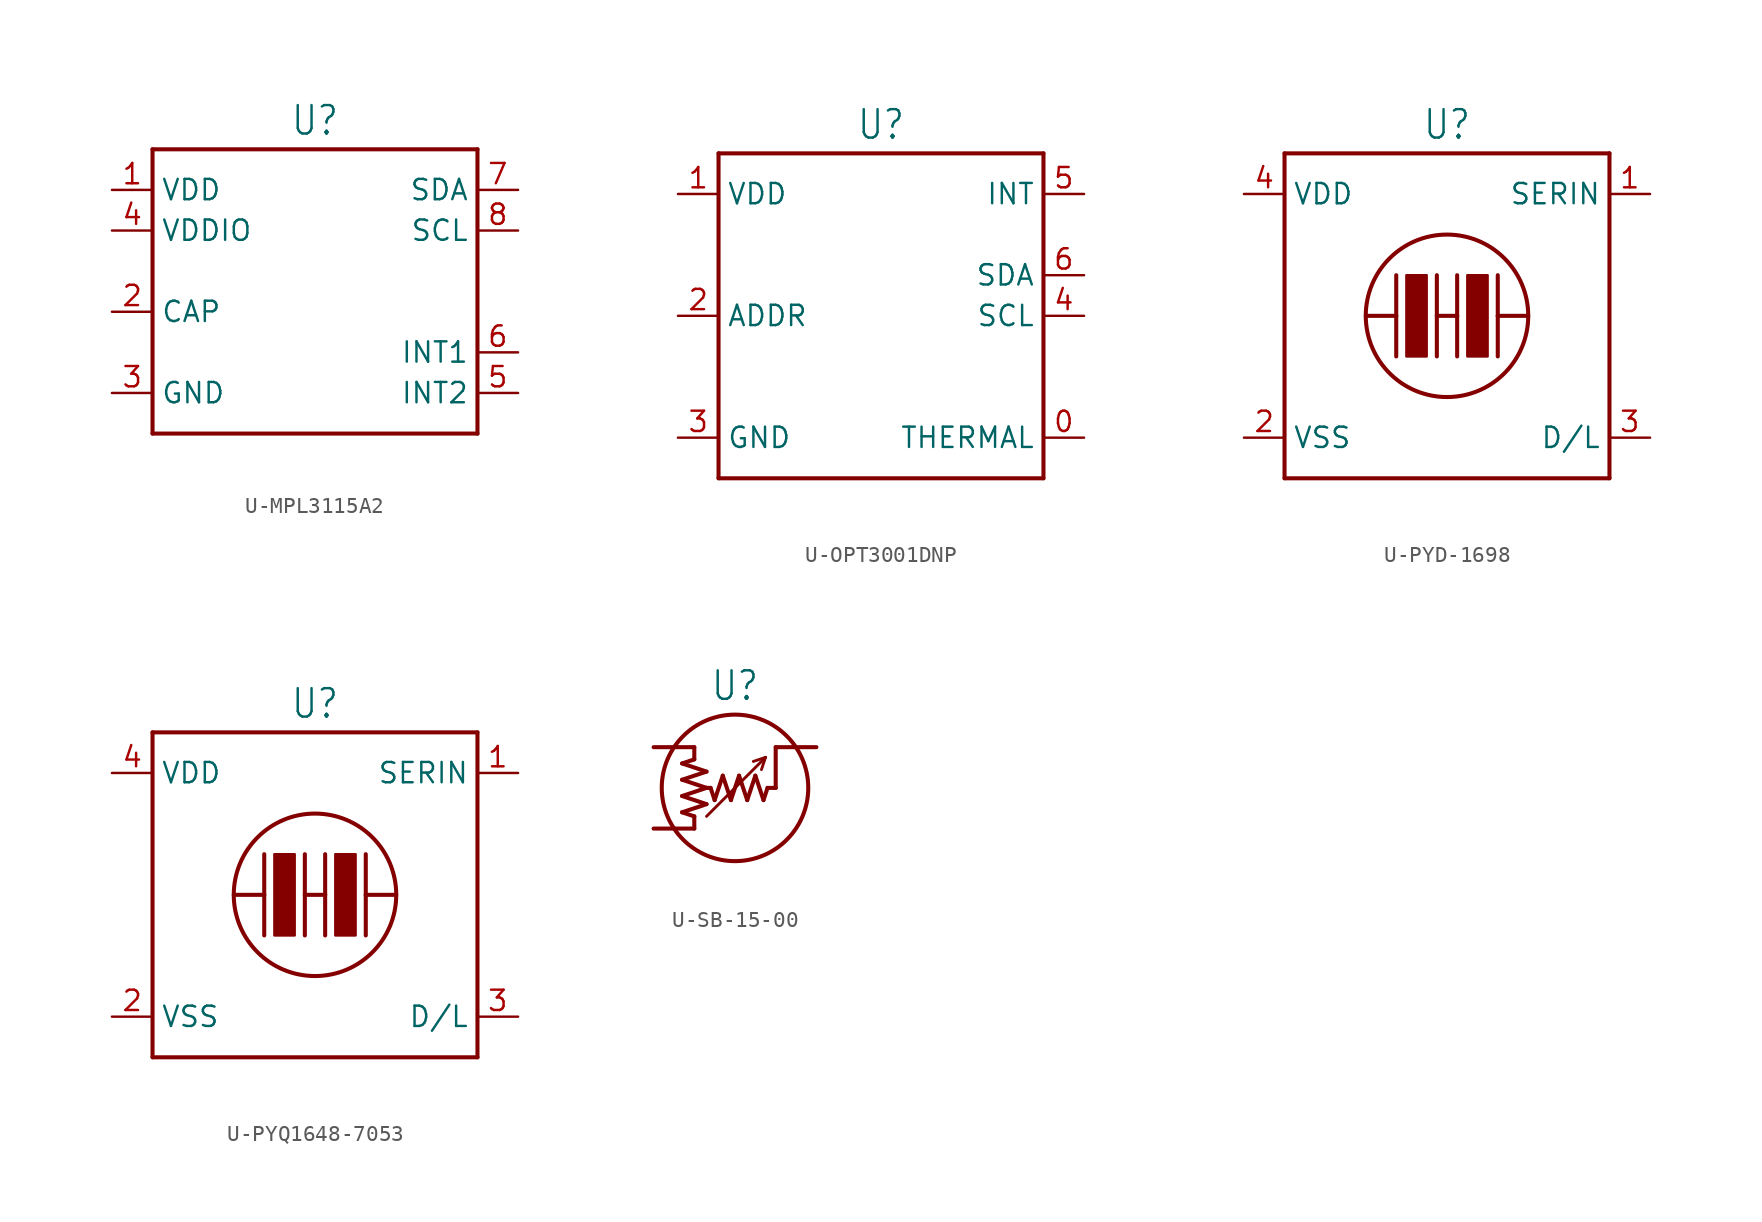
<source format=kicad_sym>
(kicad_symbol_lib
  (version 20231120)
  (generator "kicad_symbol_editor")
  (generator_version "8.0")
  (symbol "U-MPL3115A2"
    (property "Reference" "U"
      (at 0 8.382 0)
      (effects (font (size 1.778 1.511)) (justify bottom)))
    (property "Value" ""
      (at 0 -10.922 0)
      (effects (font (size 1.778 1.511)) (justify top)))
    (property "ki_locked" ""
      (at 0 0 0)
      (effects (font (size 1.27 1.27))))
    (symbol "U-MPL3115A2_1_0"
      (polyline (pts (xy -10.16 -10.16) (xy -10.16 7.62)) (stroke (width 0.254) (type solid)) (fill (type none)))
      (polyline (pts (xy -10.16 7.62) (xy 10.16 7.62)) (stroke (width 0.254) (type solid)) (fill (type none)))
      (polyline (pts (xy 10.16 -10.16) (xy -10.16 -10.16)) (stroke (width 0.254) (type solid)) (fill (type none)))
      (polyline (pts (xy 10.16 7.62) (xy 10.16 -10.16)) (stroke (width 0.254) (type solid)) (fill (type none)))
      (pin passive line (at -12.7 5.08 0) (length 2.54) (name "VDD" (effects (font (size 1.27 1.27)))) (number "1" (effects (font (size 1.27 1.27)))))
      (pin passive line (at -12.7 -2.54 0) (length 2.54) (name "CAP" (effects (font (size 1.27 1.27)))) (number "2" (effects (font (size 1.27 1.27)))))
      (pin passive line (at -12.7 -7.62 0) (length 2.54) (name "GND" (effects (font (size 1.27 1.27)))) (number "3" (effects (font (size 1.27 1.27)))))
      (pin passive line (at -12.7 2.54 0) (length 2.54) (name "VDDIO" (effects (font (size 1.27 1.27)))) (number "4" (effects (font (size 1.27 1.27)))))
      (pin passive line (at 12.7 -7.62 180) (length 2.54) (name "INT2" (effects (font (size 1.27 1.27)))) (number "5" (effects (font (size 1.27 1.27)))))
      (pin passive line (at 12.7 -5.08 180) (length 2.54) (name "INT1" (effects (font (size 1.27 1.27)))) (number "6" (effects (font (size 1.27 1.27)))))
      (pin passive line (at 12.7 5.08 180) (length 2.54) (name "SDA" (effects (font (size 1.27 1.27)))) (number "7" (effects (font (size 1.27 1.27)))))
      (pin passive line (at 12.7 2.54 180) (length 2.54) (name "SCL" (effects (font (size 1.27 1.27)))) (number "8" (effects (font (size 1.27 1.27)))))))
  (symbol "U-OPT3001DNP"
    (property "Reference" "U"
      (at 0 10.922 0)
      (effects (font (size 1.778 1.511)) (justify bottom)))
    (property "Value" ""
      (at 0 -10.922 0)
      (effects (font (size 1.778 1.511)) (justify top)))
    (property "ki_locked" ""
      (at 0 0 0)
      (effects (font (size 1.27 1.27))))
    (symbol "U-OPT3001DNP_1_0"
      (polyline (pts (xy -10.16 -10.16) (xy -10.16 10.16)) (stroke (width 0.254) (type solid)) (fill (type none)))
      (polyline (pts (xy -10.16 10.16) (xy 10.16 10.16)) (stroke (width 0.254) (type solid)) (fill (type none)))
      (polyline (pts (xy 10.16 -10.16) (xy -10.16 -10.16)) (stroke (width 0.254) (type solid)) (fill (type none)))
      (polyline (pts (xy 10.16 10.16) (xy 10.16 -10.16)) (stroke (width 0.254) (type solid)) (fill (type none)))
      (pin passive line (at 12.7 -7.62 180) (length 2.54) (name "THERMAL" (effects (font (size 1.27 1.27)))) (number "0" (effects (font (size 1.27 1.27)))))
      (pin passive line (at -12.7 7.62 0) (length 2.54) (name "VDD" (effects (font (size 1.27 1.27)))) (number "1" (effects (font (size 1.27 1.27)))))
      (pin passive line (at -12.7 0 0) (length 2.54) (name "ADDR" (effects (font (size 1.27 1.27)))) (number "2" (effects (font (size 1.27 1.27)))))
      (pin passive line (at -12.7 -7.62 0) (length 2.54) (name "GND" (effects (font (size 1.27 1.27)))) (number "3" (effects (font (size 1.27 1.27)))))
      (pin passive line (at 12.7 0 180) (length 2.54) (name "SCL" (effects (font (size 1.27 1.27)))) (number "4" (effects (font (size 1.27 1.27)))))
      (pin passive line (at 12.7 7.62 180) (length 2.54) (name "INT" (effects (font (size 1.27 1.27)))) (number "5" (effects (font (size 1.27 1.27)))))
      (pin passive line (at 12.7 2.54 180) (length 2.54) (name "SDA" (effects (font (size 1.27 1.27)))) (number "6" (effects (font (size 1.27 1.27)))))))
  (symbol "U-PYD-1698"
    (property "Reference" "U"
      (at 0 10.922 0)
      (effects (font (size 1.778 1.511)) (justify bottom)))
    (property "Value" ""
      (at 0 -10.922 0)
      (effects (font (size 1.778 1.511)) (justify top)))
    (property "ki_locked" ""
      (at 0 0 0)
      (effects (font (size 1.27 1.27))))
    (symbol "U-PYD-1698_1_0"
      (rectangle (start -2.54 -2.54) (end -1.27 2.54) (stroke (width 0) (type default)) (fill (type outline)))
      (polyline (pts (xy -10.16 -10.16) (xy 10.16 -10.16)) (stroke (width 0.254) (type solid)) (fill (type none)))
      (polyline (pts (xy -10.16 10.16) (xy -10.16 -10.16)) (stroke (width 0.254) (type solid)) (fill (type none)))
      (polyline (pts (xy -3.175 0) (xy -5.08 0)) (stroke (width 0.254) (type solid)) (fill (type none)))
      (polyline (pts (xy -3.175 0) (xy -3.175 -2.54)) (stroke (width 0.254) (type solid)) (fill (type none)))
      (polyline (pts (xy -3.175 2.54) (xy -3.175 0)) (stroke (width 0.254) (type solid)) (fill (type none)))
      (polyline (pts (xy -0.635 0) (xy -0.635 -2.54)) (stroke (width 0.254) (type solid)) (fill (type none)))
      (polyline (pts (xy -0.635 0) (xy 0.635 0)) (stroke (width 0.254) (type solid)) (fill (type none)))
      (polyline (pts (xy -0.635 2.54) (xy -0.635 0)) (stroke (width 0.254) (type solid)) (fill (type none)))
      (polyline (pts (xy 0.635 0) (xy 0.635 -2.54)) (stroke (width 0.254) (type solid)) (fill (type none)))
      (polyline (pts (xy 0.635 2.54) (xy 0.635 0)) (stroke (width 0.254) (type solid)) (fill (type none)))
      (polyline (pts (xy 3.175 0) (xy 3.175 -2.54)) (stroke (width 0.254) (type solid)) (fill (type none)))
      (polyline (pts (xy 3.175 0) (xy 5.08 0)) (stroke (width 0.254) (type solid)) (fill (type none)))
      (polyline (pts (xy 3.175 2.54) (xy 3.175 0)) (stroke (width 0.254) (type solid)) (fill (type none)))
      (polyline (pts (xy 10.16 -10.16) (xy 10.16 10.16)) (stroke (width 0.254) (type solid)) (fill (type none)))
      (polyline (pts (xy 10.16 10.16) (xy -10.16 10.16)) (stroke (width 0.254) (type solid)) (fill (type none)))
      (circle (center 0 0) (radius 5.08) (stroke (width 0.254) (type solid)) (fill (type none)))
      (rectangle (start 1.27 -2.54) (end 2.54 2.54) (stroke (width 0) (type default)) (fill (type outline)))
      (pin passive line (at 12.7 7.62 180) (length 2.54) (name "SERIN" (effects (font (size 1.27 1.27)))) (number "1" (effects (font (size 1.27 1.27)))))
      (pin passive line (at -12.7 -7.62 0) (length 2.54) (name "VSS" (effects (font (size 1.27 1.27)))) (number "2" (effects (font (size 1.27 1.27)))))
      (pin passive line (at 12.7 -7.62 180) (length 2.54) (name "D/L" (effects (font (size 1.27 1.27)))) (number "3" (effects (font (size 1.27 1.27)))))
      (pin passive line (at -12.7 7.62 0) (length 2.54) (name "VDD" (effects (font (size 1.27 1.27)))) (number "4" (effects (font (size 1.27 1.27)))))))
  (symbol "U-PYQ1648-7053"
    (property "Reference" "U"
      (at 0 10.922 0)
      (effects (font (size 1.778 1.511)) (justify bottom)))
    (property "Value" ""
      (at 0 -10.922 0)
      (effects (font (size 1.778 1.511)) (justify top)))
    (property "ki_locked" ""
      (at 0 0 0)
      (effects (font (size 1.27 1.27))))
    (symbol "U-PYQ1648-7053_1_0"
      (rectangle (start -2.54 -2.54) (end -1.27 2.54) (stroke (width 0) (type default)) (fill (type outline)))
      (polyline (pts (xy -10.16 -10.16) (xy 10.16 -10.16)) (stroke (width 0.254) (type solid)) (fill (type none)))
      (polyline (pts (xy -10.16 10.16) (xy -10.16 -10.16)) (stroke (width 0.254) (type solid)) (fill (type none)))
      (polyline (pts (xy -3.175 0) (xy -5.08 0)) (stroke (width 0.254) (type solid)) (fill (type none)))
      (polyline (pts (xy -3.175 0) (xy -3.175 -2.54)) (stroke (width 0.254) (type solid)) (fill (type none)))
      (polyline (pts (xy -3.175 2.54) (xy -3.175 0)) (stroke (width 0.254) (type solid)) (fill (type none)))
      (polyline (pts (xy -0.635 0) (xy -0.635 -2.54)) (stroke (width 0.254) (type solid)) (fill (type none)))
      (polyline (pts (xy -0.635 0) (xy 0.635 0)) (stroke (width 0.254) (type solid)) (fill (type none)))
      (polyline (pts (xy -0.635 2.54) (xy -0.635 0)) (stroke (width 0.254) (type solid)) (fill (type none)))
      (polyline (pts (xy 0.635 0) (xy 0.635 -2.54)) (stroke (width 0.254) (type solid)) (fill (type none)))
      (polyline (pts (xy 0.635 2.54) (xy 0.635 0)) (stroke (width 0.254) (type solid)) (fill (type none)))
      (polyline (pts (xy 3.175 0) (xy 3.175 -2.54)) (stroke (width 0.254) (type solid)) (fill (type none)))
      (polyline (pts (xy 3.175 0) (xy 5.08 0)) (stroke (width 0.254) (type solid)) (fill (type none)))
      (polyline (pts (xy 3.175 2.54) (xy 3.175 0)) (stroke (width 0.254) (type solid)) (fill (type none)))
      (polyline (pts (xy 10.16 -10.16) (xy 10.16 10.16)) (stroke (width 0.254) (type solid)) (fill (type none)))
      (polyline (pts (xy 10.16 10.16) (xy -10.16 10.16)) (stroke (width 0.254) (type solid)) (fill (type none)))
      (circle (center 0 0) (radius 5.08) (stroke (width 0.254) (type solid)) (fill (type none)))
      (rectangle (start 1.27 -2.54) (end 2.54 2.54) (stroke (width 0) (type default)) (fill (type outline)))
      (pin passive line (at 12.7 7.62 180) (length 2.54) (name "SERIN" (effects (font (size 1.27 1.27)))) (number "1" (effects (font (size 1.27 1.27)))))
      (pin passive line (at -12.7 -7.62 0) (length 2.54) (name "VSS" (effects (font (size 1.27 1.27)))) (number "2" (effects (font (size 1.27 1.27)))))
      (pin passive line (at 12.7 -7.62 180) (length 2.54) (name "D/L" (effects (font (size 1.27 1.27)))) (number "3" (effects (font (size 1.27 1.27)))))
      (pin passive line (at -12.7 7.62 0) (length 2.54) (name "VDD" (effects (font (size 1.27 1.27)))) (number "4" (effects (font (size 1.27 1.27)))))))
  (symbol "U-SB-15-00"
    (property "Reference" "U"
      (at 0 5.334 0)
      (effects (font (size 1.778 1.511)) (justify bottom)))
    (property "Value" ""
      (at 0 -5.334 0)
      (effects (font (size 1.778 1.511)) (justify top)))
    (property "ki_locked" ""
      (at 0 0 0)
      (effects (font (size 1.27 1.27))))
    (symbol "U-SB-15-00_1_0"
      (polyline (pts (xy -3.302 -1.524) (xy -2.54 -1.778)) (stroke (width 0.254) (type solid)) (fill (type none)))
      (polyline (pts (xy -3.302 -1.524) (xy -1.778 -1.016)) (stroke (width 0.254) (type solid)) (fill (type none)))
      (polyline (pts (xy -3.302 -0.508) (xy -1.778 0)) (stroke (width 0.254) (type solid)) (fill (type none)))
      (polyline (pts (xy -3.302 0.508) (xy -1.778 1.016)) (stroke (width 0.254) (type solid)) (fill (type none)))
      (polyline (pts (xy -3.302 1.524) (xy -2.54 1.778)) (stroke (width 0.254) (type solid)) (fill (type none)))
      (polyline (pts (xy -2.54 -2.54) (xy -5.08 -2.54)) (stroke (width 0.254) (type solid)) (fill (type none)))
      (polyline (pts (xy -2.54 -2.54) (xy -2.54 -1.778)) (stroke (width 0.254) (type solid)) (fill (type none)))
      (polyline (pts (xy -2.54 1.778) (xy -2.54 2.54)) (stroke (width 0.254) (type solid)) (fill (type none)))
      (polyline (pts (xy -2.54 2.54) (xy -5.08 2.54)) (stroke (width 0.254) (type solid)) (fill (type none)))
      (polyline (pts (xy -1.778 -1.778) (xy 1.905 1.905)) (stroke (width 0.178) (type solid)) (fill (type none)))
      (polyline (pts (xy -1.778 -1.016) (xy -3.302 -0.508)) (stroke (width 0.254) (type solid)) (fill (type none)))
      (polyline (pts (xy -1.778 0) (xy -3.302 0.508)) (stroke (width 0.254) (type solid)) (fill (type none)))
      (polyline (pts (xy -1.778 1.016) (xy -3.302 1.524)) (stroke (width 0.254) (type solid)) (fill (type none)))
      (polyline (pts (xy -1.524 0) (xy -2.032 0)) (stroke (width 0.254) (type solid)) (fill (type none)))
      (polyline (pts (xy -1.27 -0.762) (xy -1.524 0)) (stroke (width 0.254) (type solid)) (fill (type none)))
      (polyline (pts (xy -0.762 0.762) (xy -1.27 -0.762)) (stroke (width 0.254) (type solid)) (fill (type none)))
      (polyline (pts (xy -0.254 -0.762) (xy -0.762 0.762)) (stroke (width 0.254) (type solid)) (fill (type none)))
      (polyline (pts (xy 0.254 0.762) (xy -0.254 -0.762)) (stroke (width 0.254) (type solid)) (fill (type none)))
      (polyline (pts (xy 0.762 -0.762) (xy 0.254 0.762)) (stroke (width 0.254) (type solid)) (fill (type none)))
      (polyline (pts (xy 1.27 0.762) (xy 0.762 -0.762)) (stroke (width 0.254) (type solid)) (fill (type none)))
      (polyline (pts (xy 1.778 -0.762) (xy 1.27 0.762)) (stroke (width 0.254) (type solid)) (fill (type none)))
      (polyline (pts (xy 1.778 -0.762) (xy 2.032 0)) (stroke (width 0.254) (type solid)) (fill (type none)))
      (polyline (pts (xy 1.905 1.905) (xy 1.143 1.651)) (stroke (width 0.178) (type solid)) (fill (type none)))
      (polyline (pts (xy 1.905 1.905) (xy 1.651 1.143)) (stroke (width 0.178) (type solid)) (fill (type none)))
      (polyline (pts (xy 2.54 0) (xy 2.032 0)) (stroke (width 0.254) (type solid)) (fill (type none)))
      (polyline (pts (xy 2.54 0) (xy 2.54 2.54)) (stroke (width 0.254) (type solid)) (fill (type none)))
      (polyline (pts (xy 2.54 2.54) (xy 5.08 2.54)) (stroke (width 0.254) (type solid)) (fill (type none)))
      (circle (center 0 0) (radius 4.572) (stroke (width 0.254) (type solid)) (fill (type none)))
      (pin passive line (at -5.08 -2.54 0) (length 0) (name "1" (effects (font (size 0 0)))) (number "1" (effects (font (size 0 0)))))
      (pin passive line (at 5.08 2.54 180) (length 0) (name "2" (effects (font (size 0 0)))) (number "2" (effects (font (size 0 0)))))
      (pin passive line (at -5.08 2.54 0) (length 0) (name "3" (effects (font (size 0 0)))) (number "3" (effects (font (size 0 0))))))))
</source>
